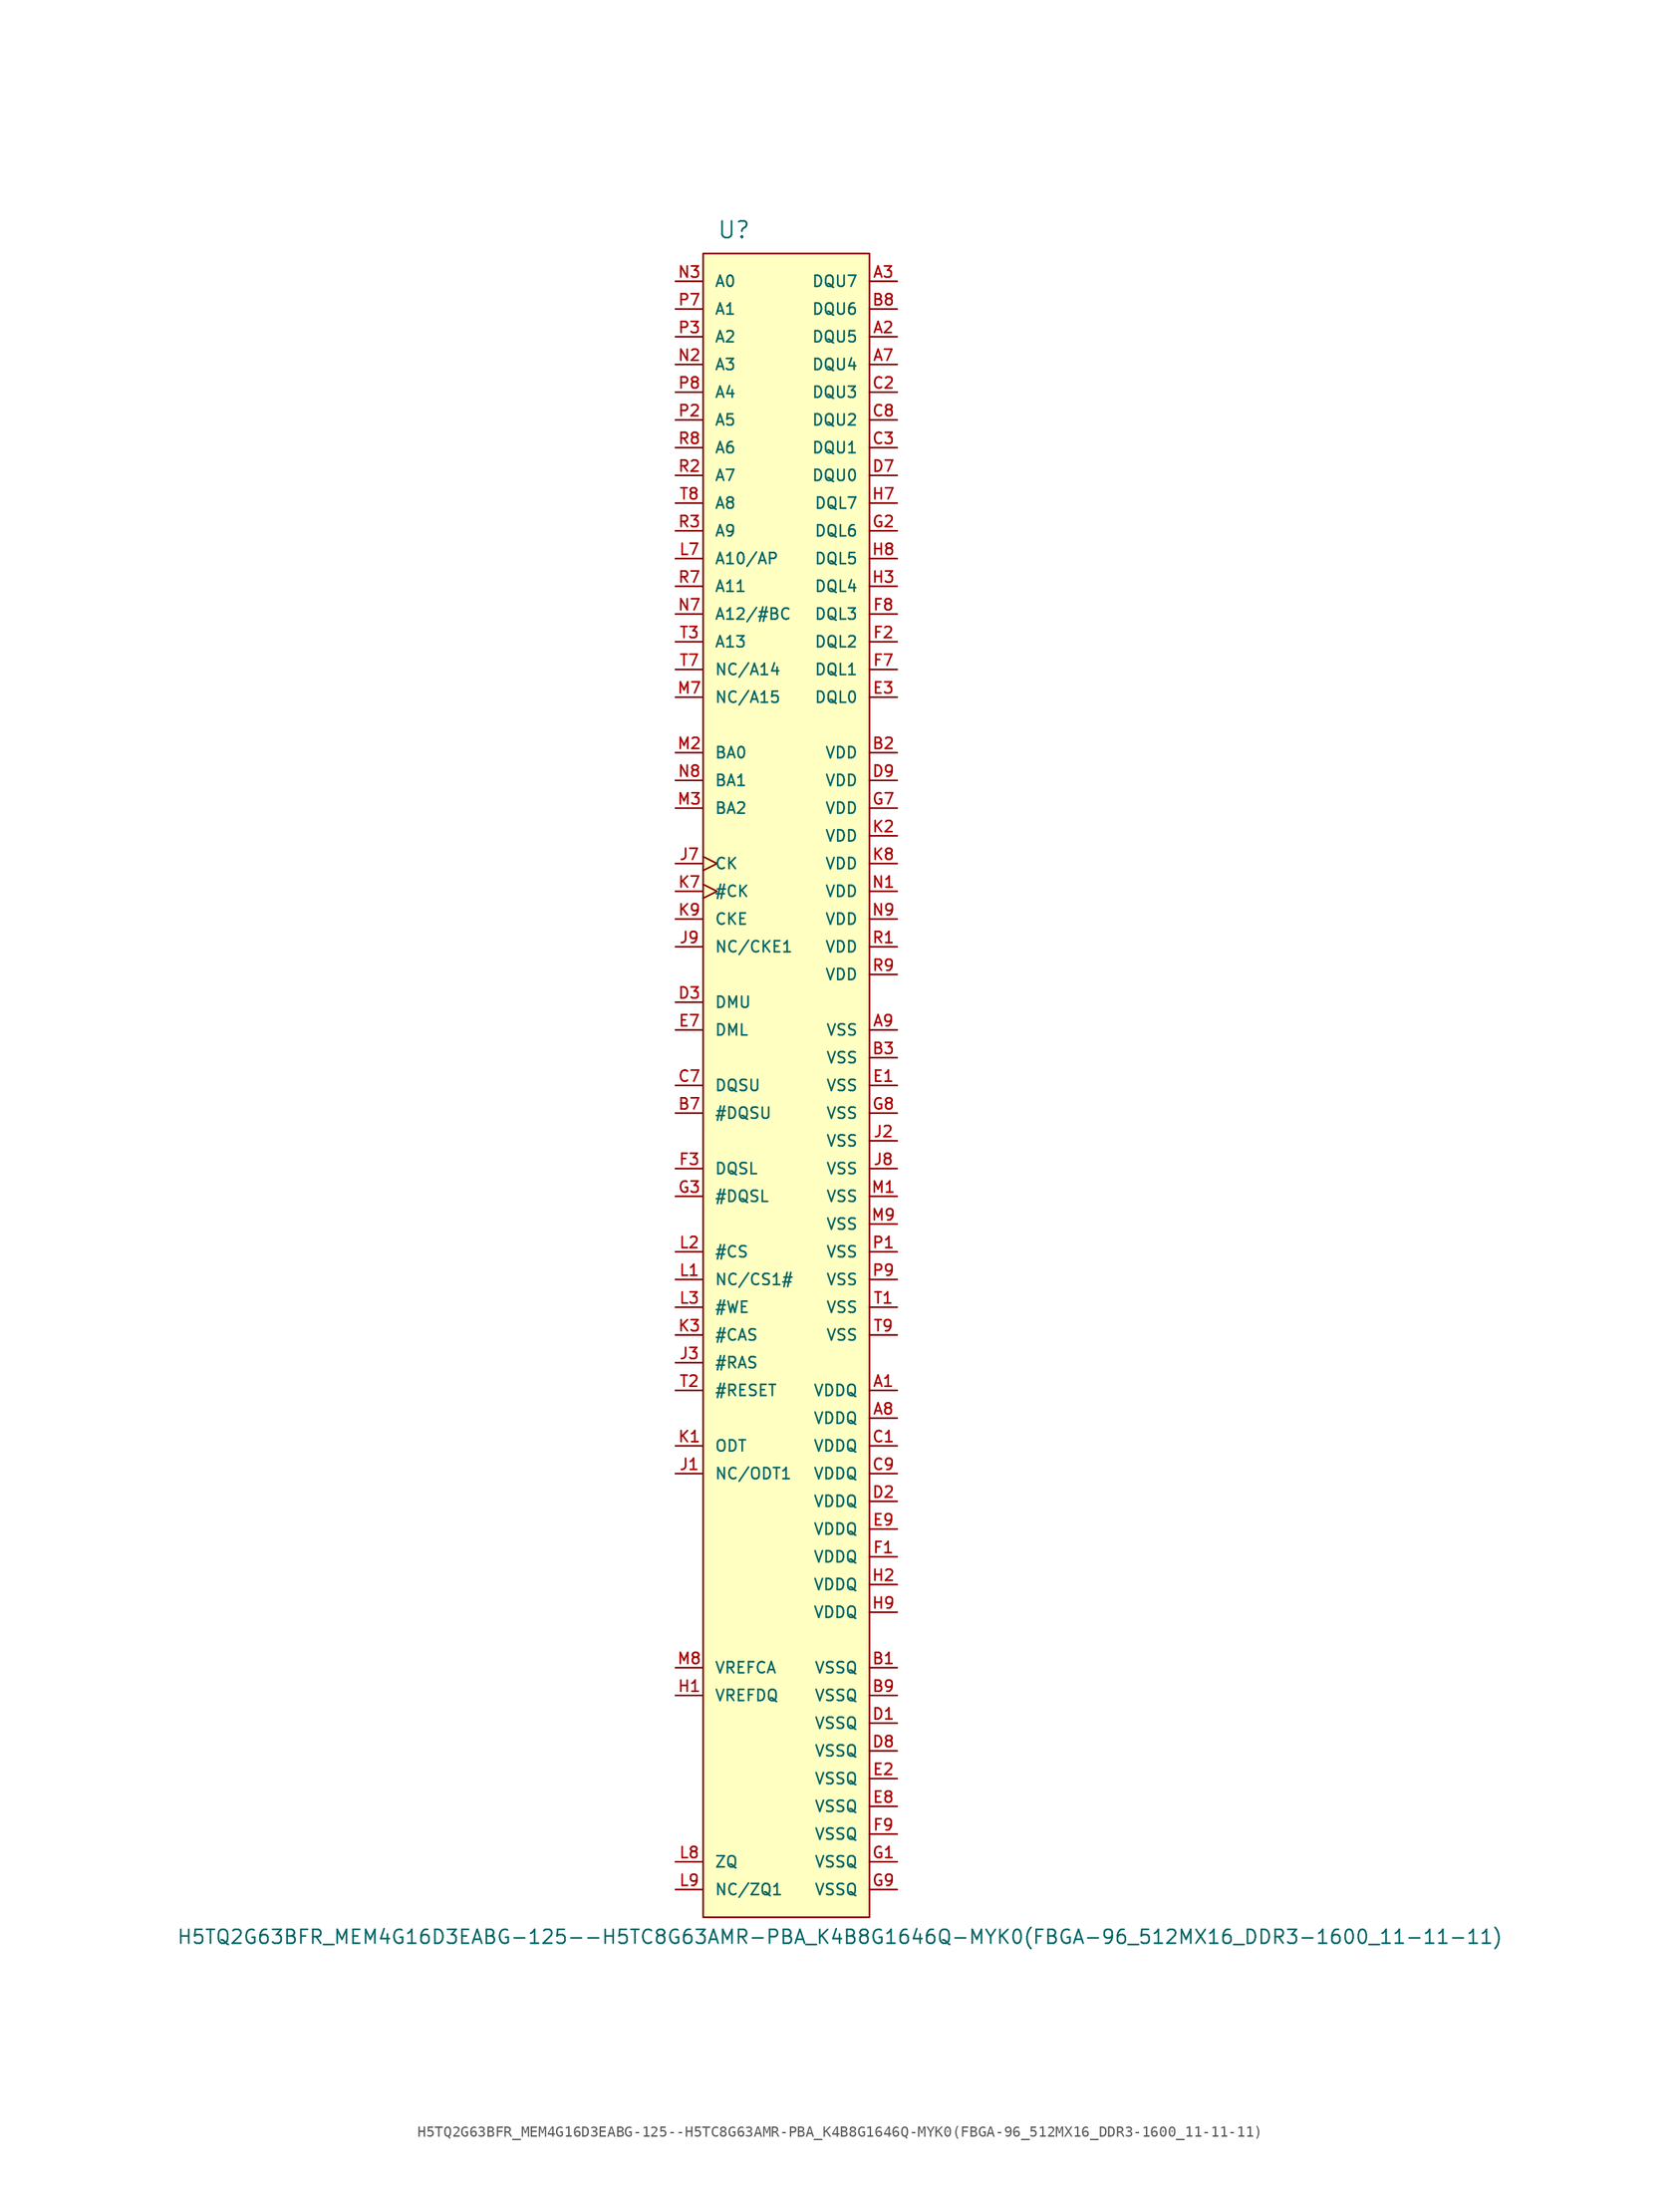
<source format=kicad_sym>
(kicad_symbol_lib
  (version 20241209)
  (generator "kicad_symbol_editor")
  (generator_version "9.0")
  (symbol "H5TQ2G63BFR_MEM4G16D3EABG-125--H5TC8G63AMR-PBA_K4B8G1646Q-MYK0(FBGA-96_512MX16_DDR3-1600_11-11-11)"
    (pin_names
      (offset 1.016))
    (property "Reference" "U"
      (at -6.35 77.47 0)
      (effects (font (size 1.524 1.524)) (justify left bottom)))
    (property "Value" "H5TQ2G63BFR_MEM4G16D3EABG-125--H5TC8G63AMR-PBA_K4B8G1646Q-MYK0(FBGA-96_512MX16_DDR3-1600_11-11-11)"
      (at -55.88 -78.74 0)
      (effects (font (size 1.27 1.27)) (justify left bottom)))
    (property "Datasheet" ""
      (at 0 -2.54 0)
      (effects (font (size 1.524 1.524))))
    (property "ki_locked" ""
      (at 0 0 0)
      (effects (font (size 1.27 1.27))))
    (symbol "H5TQ2G63BFR_MEM4G16D3EABG-125--H5TC8G63AMR-PBA_K4B8G1646Q-MYK0(FBGA-96_512MX16_DDR3-1600_11-11-11)_1_0"
      (rectangle (start -7.62 76.2) (end 7.62 -76.2) (stroke (width 0) (type solid)) (fill (type background))))
    (symbol "H5TQ2G63BFR_MEM4G16D3EABG-125--H5TC8G63AMR-PBA_K4B8G1646Q-MYK0(FBGA-96_512MX16_DDR3-1600_11-11-11)_1_1"
      (pin input line (at -10.16 73.66 0) (length 2.54) (name "A0" (effects (font (size 1.016 1.016)))) (number "N3" (effects (font (size 1.016 1.016)))))
      (pin input line (at -10.16 71.12 0) (length 2.54) (name "A1" (effects (font (size 1.016 1.016)))) (number "P7" (effects (font (size 1.016 1.016)))))
      (pin input line (at -10.16 68.58 0) (length 2.54) (name "A2" (effects (font (size 1.016 1.016)))) (number "P3" (effects (font (size 1.016 1.016)))))
      (pin input line (at -10.16 66.04 0) (length 2.54) (name "A3" (effects (font (size 1.016 1.016)))) (number "N2" (effects (font (size 1.016 1.016)))))
      (pin input line (at -10.16 63.5 0) (length 2.54) (name "A4" (effects (font (size 1.016 1.016)))) (number "P8" (effects (font (size 1.016 1.016)))))
      (pin input line (at -10.16 60.96 0) (length 2.54) (name "A5" (effects (font (size 1.016 1.016)))) (number "P2" (effects (font (size 1.016 1.016)))))
      (pin input line (at -10.16 58.42 0) (length 2.54) (name "A6" (effects (font (size 1.016 1.016)))) (number "R8" (effects (font (size 1.016 1.016)))))
      (pin input line (at -10.16 55.88 0) (length 2.54) (name "A7" (effects (font (size 1.016 1.016)))) (number "R2" (effects (font (size 1.016 1.016)))))
      (pin input line (at -10.16 53.34 0) (length 2.54) (name "A8" (effects (font (size 1.016 1.016)))) (number "T8" (effects (font (size 1.016 1.016)))))
      (pin input line (at -10.16 50.8 0) (length 2.54) (name "A9" (effects (font (size 1.016 1.016)))) (number "R3" (effects (font (size 1.016 1.016)))))
      (pin input line (at -10.16 48.26 0) (length 2.54) (name "A10/AP" (effects (font (size 1.016 1.016)))) (number "L7" (effects (font (size 1.016 1.016)))))
      (pin input line (at -10.16 45.72 0) (length 2.54) (name "A11" (effects (font (size 1.016 1.016)))) (number "R7" (effects (font (size 1.016 1.016)))))
      (pin input line (at -10.16 43.18 0) (length 2.54) (name "A12/#BC" (effects (font (size 1.016 1.016)))) (number "N7" (effects (font (size 1.016 1.016)))))
      (pin input line (at -10.16 40.64 0) (length 2.54) (name "A13" (effects (font (size 1.016 1.016)))) (number "T3" (effects (font (size 1.016 1.016)))))
      (pin input line (at -10.16 38.1 0) (length 2.54) (name "NC/A14" (effects (font (size 1.016 1.016)))) (number "T7" (effects (font (size 1.016 1.016)))))
      (pin input line (at -10.16 35.56 0) (length 2.54) (name "NC/A15" (effects (font (size 1.016 1.016)))) (number "M7" (effects (font (size 1.016 1.016)))))
      (pin input line (at -10.16 30.48 0) (length 2.54) (name "BA0" (effects (font (size 1.016 1.016)))) (number "M2" (effects (font (size 1.016 1.016)))))
      (pin input line (at -10.16 27.94 0) (length 2.54) (name "BA1" (effects (font (size 1.016 1.016)))) (number "N8" (effects (font (size 1.016 1.016)))))
      (pin input line (at -10.16 25.4 0) (length 2.54) (name "BA2" (effects (font (size 1.016 1.016)))) (number "M3" (effects (font (size 1.016 1.016)))))
      (pin input clock (at -10.16 20.32 0) (length 2.54) (name "CK" (effects (font (size 1.016 1.016)))) (number "J7" (effects (font (size 1.016 1.016)))))
      (pin input clock (at -10.16 17.78 0) (length 2.54) (name "#CK" (effects (font (size 1.016 1.016)))) (number "K7" (effects (font (size 1.016 1.016)))))
      (pin input line (at -10.16 15.24 0) (length 2.54) (name "CKE" (effects (font (size 1.016 1.016)))) (number "K9" (effects (font (size 1.016 1.016)))))
      (pin input line (at -10.16 12.7 0) (length 2.54) (name "NC/CKE1" (effects (font (size 1.016 1.016)))) (number "J9" (effects (font (size 1.016 1.016)))))
      (pin input line (at -10.16 7.62 0) (length 2.54) (name "DMU" (effects (font (size 1.016 1.016)))) (number "D3" (effects (font (size 1.016 1.016)))))
      (pin input line (at -10.16 5.08 0) (length 2.54) (name "DML" (effects (font (size 1.016 1.016)))) (number "E7" (effects (font (size 1.016 1.016)))))
      (pin input line (at -10.16 0 0) (length 2.54) (name "DQSU" (effects (font (size 1.016 1.016)))) (number "C7" (effects (font (size 1.016 1.016)))))
      (pin input line (at -10.16 -2.54 0) (length 2.54) (name "#DQSU" (effects (font (size 1.016 1.016)))) (number "B7" (effects (font (size 1.016 1.016)))))
      (pin input line (at -10.16 -7.62 0) (length 2.54) (name "DQSL" (effects (font (size 1.016 1.016)))) (number "F3" (effects (font (size 1.016 1.016)))))
      (pin input line (at -10.16 -10.16 0) (length 2.54) (name "#DQSL" (effects (font (size 1.016 1.016)))) (number "G3" (effects (font (size 1.016 1.016)))))
      (pin input line (at -10.16 -15.24 0) (length 2.54) (name "#CS" (effects (font (size 1.016 1.016)))) (number "L2" (effects (font (size 1.016 1.016)))))
      (pin input line (at -10.16 -17.78 0) (length 2.54) (name "NC/CS1#" (effects (font (size 1.016 1.016)))) (number "L1" (effects (font (size 1.016 1.016)))))
      (pin input line (at -10.16 -20.32 0) (length 2.54) (name "#WE" (effects (font (size 1.016 1.016)))) (number "L3" (effects (font (size 1.016 1.016)))))
      (pin input line (at -10.16 -22.86 0) (length 2.54) (name "#CAS" (effects (font (size 1.016 1.016)))) (number "K3" (effects (font (size 1.016 1.016)))))
      (pin input line (at -10.16 -25.4 0) (length 2.54) (name "#RAS" (effects (font (size 1.016 1.016)))) (number "J3" (effects (font (size 1.016 1.016)))))
      (pin input line (at -10.16 -27.94 0) (length 2.54) (name "#RESET" (effects (font (size 1.016 1.016)))) (number "T2" (effects (font (size 1.016 1.016)))))
      (pin input line (at -10.16 -33.02 0) (length 2.54) (name "ODT" (effects (font (size 1.016 1.016)))) (number "K1" (effects (font (size 1.016 1.016)))))
      (pin input line (at -10.16 -35.56 0) (length 2.54) (name "NC/ODT1" (effects (font (size 1.016 1.016)))) (number "J1" (effects (font (size 1.016 1.016)))))
      (pin input line (at -10.16 -53.34 0) (length 2.54) (name "VREFCA" (effects (font (size 1.016 1.016)))) (number "M8" (effects (font (size 1.016 1.016)))))
      (pin input line (at -10.16 -55.88 0) (length 2.54) (name "VREFDQ" (effects (font (size 1.016 1.016)))) (number "H1" (effects (font (size 1.016 1.016)))))
      (pin input line (at -10.16 -71.12 0) (length 2.54) (name "ZQ" (effects (font (size 1.016 1.016)))) (number "L8" (effects (font (size 1.016 1.016)))))
      (pin passive line (at -10.16 -73.66 0) (length 2.54) (name "NC/ZQ1" (effects (font (size 1.016 1.016)))) (number "L9" (effects (font (size 1.016 1.016)))))
      (pin bidirectional line (at 10.16 73.66 180) (length 2.54) (name "DQU7" (effects (font (size 1.016 1.016)))) (number "A3" (effects (font (size 1.016 1.016)))))
      (pin bidirectional line (at 10.16 71.12 180) (length 2.54) (name "DQU6" (effects (font (size 1.016 1.016)))) (number "B8" (effects (font (size 1.016 1.016)))))
      (pin bidirectional line (at 10.16 68.58 180) (length 2.54) (name "DQU5" (effects (font (size 1.016 1.016)))) (number "A2" (effects (font (size 1.016 1.016)))))
      (pin bidirectional line (at 10.16 66.04 180) (length 2.54) (name "DQU4" (effects (font (size 1.016 1.016)))) (number "A7" (effects (font (size 1.016 1.016)))))
      (pin bidirectional line (at 10.16 63.5 180) (length 2.54) (name "DQU3" (effects (font (size 1.016 1.016)))) (number "C2" (effects (font (size 1.016 1.016)))))
      (pin bidirectional line (at 10.16 60.96 180) (length 2.54) (name "DQU2" (effects (font (size 1.016 1.016)))) (number "C8" (effects (font (size 1.016 1.016)))))
      (pin bidirectional line (at 10.16 58.42 180) (length 2.54) (name "DQU1" (effects (font (size 1.016 1.016)))) (number "C3" (effects (font (size 1.016 1.016)))))
      (pin bidirectional line (at 10.16 55.88 180) (length 2.54) (name "DQU0" (effects (font (size 1.016 1.016)))) (number "D7" (effects (font (size 1.016 1.016)))))
      (pin bidirectional line (at 10.16 53.34 180) (length 2.54) (name "DQL7" (effects (font (size 1.016 1.016)))) (number "H7" (effects (font (size 1.016 1.016)))))
      (pin bidirectional line (at 10.16 50.8 180) (length 2.54) (name "DQL6" (effects (font (size 1.016 1.016)))) (number "G2" (effects (font (size 1.016 1.016)))))
      (pin bidirectional line (at 10.16 48.26 180) (length 2.54) (name "DQL5" (effects (font (size 1.016 1.016)))) (number "H8" (effects (font (size 1.016 1.016)))))
      (pin bidirectional line (at 10.16 45.72 180) (length 2.54) (name "DQL4" (effects (font (size 1.016 1.016)))) (number "H3" (effects (font (size 1.016 1.016)))))
      (pin bidirectional line (at 10.16 43.18 180) (length 2.54) (name "DQL3" (effects (font (size 1.016 1.016)))) (number "F8" (effects (font (size 1.016 1.016)))))
      (pin bidirectional line (at 10.16 40.64 180) (length 2.54) (name "DQL2" (effects (font (size 1.016 1.016)))) (number "F2" (effects (font (size 1.016 1.016)))))
      (pin bidirectional line (at 10.16 38.1 180) (length 2.54) (name "DQL1" (effects (font (size 1.016 1.016)))) (number "F7" (effects (font (size 1.016 1.016)))))
      (pin bidirectional line (at 10.16 35.56 180) (length 2.54) (name "DQL0" (effects (font (size 1.016 1.016)))) (number "E3" (effects (font (size 1.016 1.016)))))
      (pin power_in line (at 10.16 30.48 180) (length 2.54) (name "VDD" (effects (font (size 1.016 1.016)))) (number "B2" (effects (font (size 1.016 1.016)))))
      (pin power_in line (at 10.16 27.94 180) (length 2.54) (name "VDD" (effects (font (size 1.016 1.016)))) (number "D9" (effects (font (size 1.016 1.016)))))
      (pin power_in line (at 10.16 25.4 180) (length 2.54) (name "VDD" (effects (font (size 1.016 1.016)))) (number "G7" (effects (font (size 1.016 1.016)))))
      (pin power_in line (at 10.16 22.86 180) (length 2.54) (name "VDD" (effects (font (size 1.016 1.016)))) (number "K2" (effects (font (size 1.016 1.016)))))
      (pin power_in line (at 10.16 20.32 180) (length 2.54) (name "VDD" (effects (font (size 1.016 1.016)))) (number "K8" (effects (font (size 1.016 1.016)))))
      (pin power_in line (at 10.16 17.78 180) (length 2.54) (name "VDD" (effects (font (size 1.016 1.016)))) (number "N1" (effects (font (size 1.016 1.016)))))
      (pin power_in line (at 10.16 15.24 180) (length 2.54) (name "VDD" (effects (font (size 1.016 1.016)))) (number "N9" (effects (font (size 1.016 1.016)))))
      (pin power_in line (at 10.16 12.7 180) (length 2.54) (name "VDD" (effects (font (size 1.016 1.016)))) (number "R1" (effects (font (size 1.016 1.016)))))
      (pin power_in line (at 10.16 10.16 180) (length 2.54) (name "VDD" (effects (font (size 1.016 1.016)))) (number "R9" (effects (font (size 1.016 1.016)))))
      (pin power_in line (at 10.16 5.08 180) (length 2.54) (name "VSS" (effects (font (size 1.016 1.016)))) (number "A9" (effects (font (size 1.016 1.016)))))
      (pin power_in line (at 10.16 2.54 180) (length 2.54) (name "VSS" (effects (font (size 1.016 1.016)))) (number "B3" (effects (font (size 1.016 1.016)))))
      (pin power_in line (at 10.16 0 180) (length 2.54) (name "VSS" (effects (font (size 1.016 1.016)))) (number "E1" (effects (font (size 1.016 1.016)))))
      (pin power_in line (at 10.16 -2.54 180) (length 2.54) (name "VSS" (effects (font (size 1.016 1.016)))) (number "G8" (effects (font (size 1.016 1.016)))))
      (pin power_in line (at 10.16 -5.08 180) (length 2.54) (name "VSS" (effects (font (size 1.016 1.016)))) (number "J2" (effects (font (size 1.016 1.016)))))
      (pin power_in line (at 10.16 -7.62 180) (length 2.54) (name "VSS" (effects (font (size 1.016 1.016)))) (number "J8" (effects (font (size 1.016 1.016)))))
      (pin power_in line (at 10.16 -10.16 180) (length 2.54) (name "VSS" (effects (font (size 1.016 1.016)))) (number "M1" (effects (font (size 1.016 1.016)))))
      (pin power_in line (at 10.16 -12.7 180) (length 2.54) (name "VSS" (effects (font (size 1.016 1.016)))) (number "M9" (effects (font (size 1.016 1.016)))))
      (pin power_in line (at 10.16 -15.24 180) (length 2.54) (name "VSS" (effects (font (size 1.016 1.016)))) (number "P1" (effects (font (size 1.016 1.016)))))
      (pin power_in line (at 10.16 -17.78 180) (length 2.54) (name "VSS" (effects (font (size 1.016 1.016)))) (number "P9" (effects (font (size 1.016 1.016)))))
      (pin power_in line (at 10.16 -20.32 180) (length 2.54) (name "VSS" (effects (font (size 1.016 1.016)))) (number "T1" (effects (font (size 1.016 1.016)))))
      (pin power_in line (at 10.16 -22.86 180) (length 2.54) (name "VSS" (effects (font (size 1.016 1.016)))) (number "T9" (effects (font (size 1.016 1.016)))))
      (pin power_in line (at 10.16 -27.94 180) (length 2.54) (name "VDDQ" (effects (font (size 1.016 1.016)))) (number "A1" (effects (font (size 1.016 1.016)))))
      (pin power_in line (at 10.16 -30.48 180) (length 2.54) (name "VDDQ" (effects (font (size 1.016 1.016)))) (number "A8" (effects (font (size 1.016 1.016)))))
      (pin power_in line (at 10.16 -33.02 180) (length 2.54) (name "VDDQ" (effects (font (size 1.016 1.016)))) (number "C1" (effects (font (size 1.016 1.016)))))
      (pin power_in line (at 10.16 -35.56 180) (length 2.54) (name "VDDQ" (effects (font (size 1.016 1.016)))) (number "C9" (effects (font (size 1.016 1.016)))))
      (pin power_in line (at 10.16 -38.1 180) (length 2.54) (name "VDDQ" (effects (font (size 1.016 1.016)))) (number "D2" (effects (font (size 1.016 1.016)))))
      (pin power_in line (at 10.16 -40.64 180) (length 2.54) (name "VDDQ" (effects (font (size 1.016 1.016)))) (number "E9" (effects (font (size 1.016 1.016)))))
      (pin power_in line (at 10.16 -43.18 180) (length 2.54) (name "VDDQ" (effects (font (size 1.016 1.016)))) (number "F1" (effects (font (size 1.016 1.016)))))
      (pin power_in line (at 10.16 -45.72 180) (length 2.54) (name "VDDQ" (effects (font (size 1.016 1.016)))) (number "H2" (effects (font (size 1.016 1.016)))))
      (pin power_in line (at 10.16 -48.26 180) (length 2.54) (name "VDDQ" (effects (font (size 1.016 1.016)))) (number "H9" (effects (font (size 1.016 1.016)))))
      (pin power_in line (at 10.16 -53.34 180) (length 2.54) (name "VSSQ" (effects (font (size 1.016 1.016)))) (number "B1" (effects (font (size 1.016 1.016)))))
      (pin power_in line (at 10.16 -55.88 180) (length 2.54) (name "VSSQ" (effects (font (size 1.016 1.016)))) (number "B9" (effects (font (size 1.016 1.016)))))
      (pin power_in line (at 10.16 -58.42 180) (length 2.54) (name "VSSQ" (effects (font (size 1.016 1.016)))) (number "D1" (effects (font (size 1.016 1.016)))))
      (pin power_in line (at 10.16 -60.96 180) (length 2.54) (name "VSSQ" (effects (font (size 1.016 1.016)))) (number "D8" (effects (font (size 1.016 1.016)))))
      (pin power_in line (at 10.16 -63.5 180) (length 2.54) (name "VSSQ" (effects (font (size 1.016 1.016)))) (number "E2" (effects (font (size 1.016 1.016)))))
      (pin power_in line (at 10.16 -66.04 180) (length 2.54) (name "VSSQ" (effects (font (size 1.016 1.016)))) (number "E8" (effects (font (size 1.016 1.016)))))
      (pin power_in line (at 10.16 -68.58 180) (length 2.54) (name "VSSQ" (effects (font (size 1.016 1.016)))) (number "F9" (effects (font (size 1.016 1.016)))))
      (pin power_in line (at 10.16 -71.12 180) (length 2.54) (name "VSSQ" (effects (font (size 1.016 1.016)))) (number "G1" (effects (font (size 1.016 1.016)))))
      (pin power_in line (at 10.16 -73.66 180) (length 2.54) (name "VSSQ" (effects (font (size 1.016 1.016)))) (number "G9" (effects (font (size 1.016 1.016))))))))
</source>
